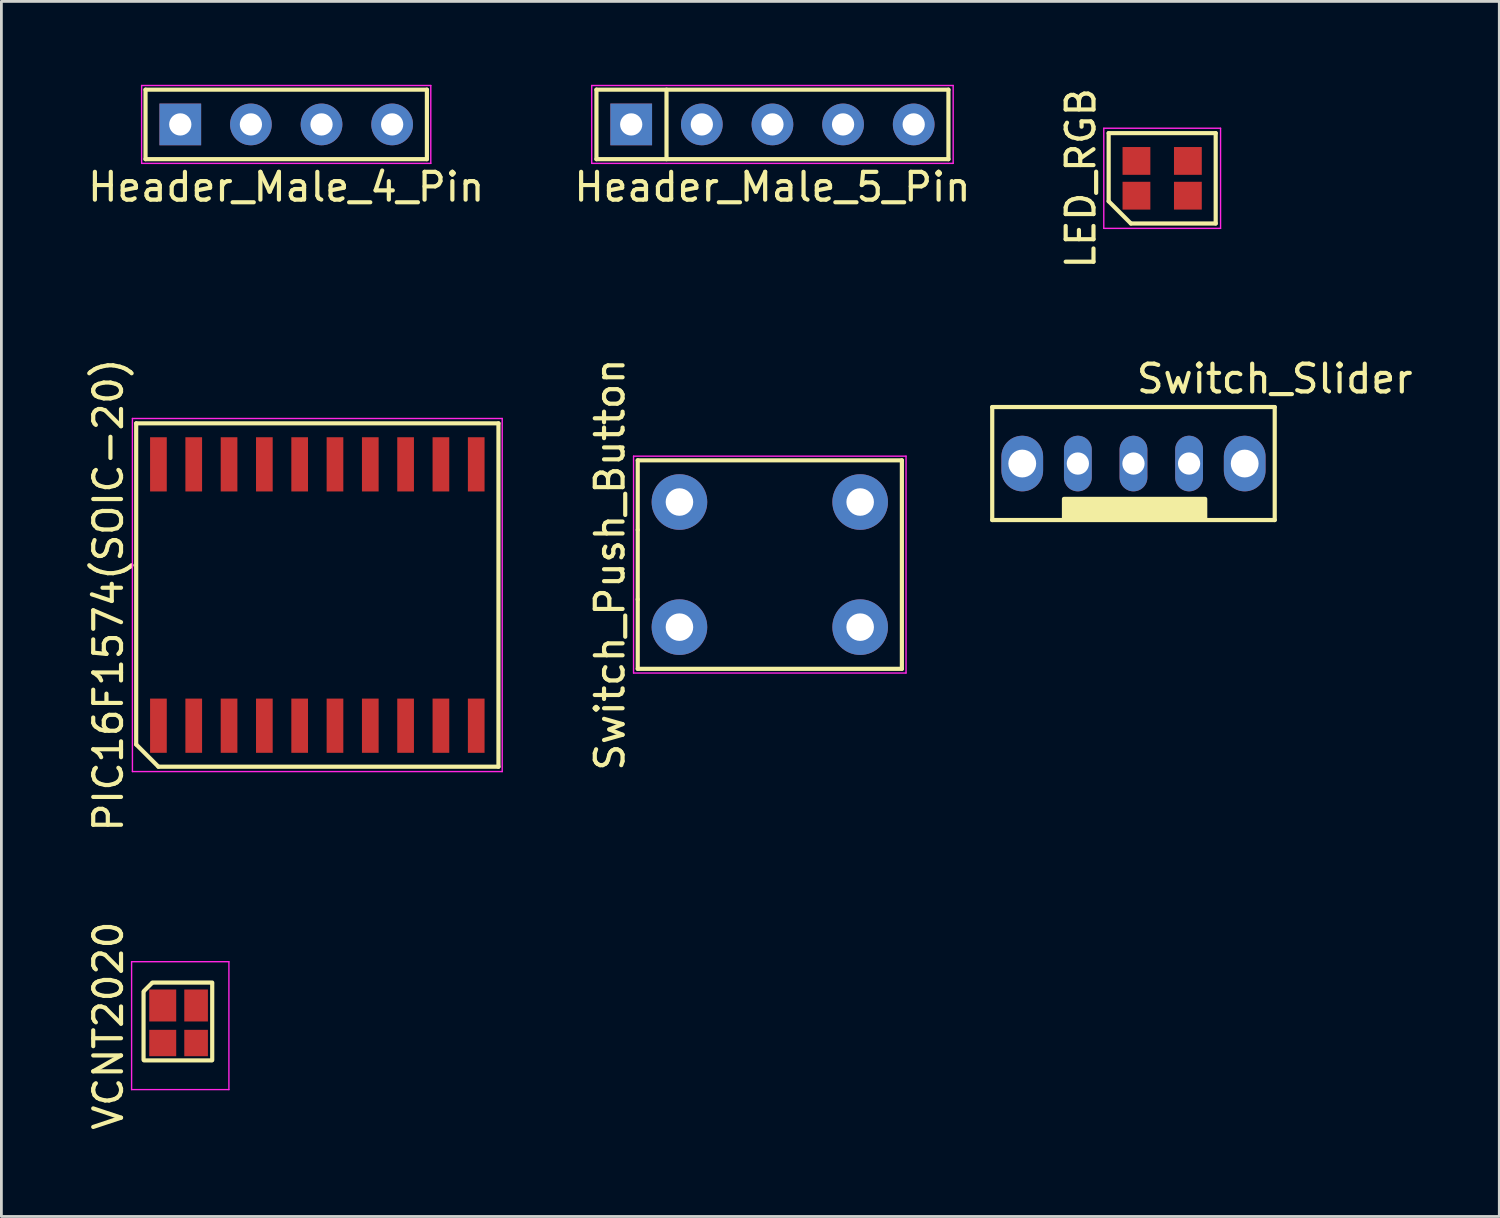
<source format=kicad_pcb>
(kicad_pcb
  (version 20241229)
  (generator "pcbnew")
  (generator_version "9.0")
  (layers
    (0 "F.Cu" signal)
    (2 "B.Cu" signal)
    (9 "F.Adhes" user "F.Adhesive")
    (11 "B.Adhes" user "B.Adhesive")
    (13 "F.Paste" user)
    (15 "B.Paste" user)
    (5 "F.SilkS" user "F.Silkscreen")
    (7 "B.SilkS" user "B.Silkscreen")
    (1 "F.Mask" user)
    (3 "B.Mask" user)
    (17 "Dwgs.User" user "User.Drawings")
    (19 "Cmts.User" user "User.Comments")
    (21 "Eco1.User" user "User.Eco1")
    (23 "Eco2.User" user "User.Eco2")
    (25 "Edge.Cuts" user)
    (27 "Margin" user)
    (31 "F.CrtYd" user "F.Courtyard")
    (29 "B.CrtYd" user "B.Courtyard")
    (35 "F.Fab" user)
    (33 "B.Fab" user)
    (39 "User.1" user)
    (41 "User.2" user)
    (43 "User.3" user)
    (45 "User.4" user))
  (footprint "Header_Male_4_Pin"
    (layer "F.Cu")
    (at 7.244 1.425)
    (property "Reference" "Header_Male_4_Pin" (at 0 2.25 0) (layer "F.SilkS") (effects (font (size 1 1) (thickness 0.15))))
    (attr through_hole)
    (fp_line (start -5.06 -1.25) (end 5.06 -1.25) (stroke (width 0.15) (type solid)) (layer "F.SilkS"))
    (fp_line (start -5.06 1.25) (end -5.06 -1.25) (stroke (width 0.15) (type solid)) (layer "F.SilkS"))
    (fp_line (start 5.06 -1.25) (end 5.06 1.25) (stroke (width 0.15) (type solid)) (layer "F.SilkS"))
    (fp_line (start 5.06 1.25) (end -5.06 1.25) (stroke (width 0.15) (type solid)) (layer "F.SilkS"))
    (fp_line (start -5.2 -1.4) (end 5.2 -1.4) (stroke (width 0.05) (type solid)) (layer "F.CrtYd"))
    (fp_line (start -5.2 1.4) (end -5.2 -1.4) (stroke (width 0.05) (type solid)) (layer "F.CrtYd"))
    (fp_line (start 5.2 -1.4) (end 5.2 1.4) (stroke (width 0.05) (type solid)) (layer "F.CrtYd"))
    (fp_line (start 5.2 1.4) (end -5.2 1.4) (stroke (width 0.05) (type solid)) (layer "F.CrtYd"))
    (pad "1" thru_hole rect (at -3.81 0) (size 1.5 1.5) (drill 0.8) (layers "*.Cu" "*.Mask"))
    (pad "2" thru_hole circle (at -1.27 0) (size 1.5 1.5) (drill 0.8) (layers "*.Cu" "*.Mask"))
    (pad "3" thru_hole circle (at 1.27 0) (size 1.5 1.5) (drill 0.8) (layers "*.Cu" "*.Mask"))
    (pad "4" thru_hole circle (at 3.81 0) (size 1.5 1.5) (drill 0.8) (layers "*.Cu" "*.Mask")))
  (footprint "LED_RGB"
    (layer "F.Cu")
    (at 38.749 3.363)
    (property "Reference" "LED_RGB" (at -2.925 0 90) (layer "F.SilkS") (effects (font (size 1 1) (thickness 0.15))))
    (attr smd)
    (fp_line (start -1.925 -1.625) (end 1.925 -1.625) (stroke (width 0.15) (type solid)) (layer "F.SilkS"))
    (fp_line (start -1.925 0.825) (end -1.925 -1.625) (stroke (width 0.15) (type solid)) (layer "F.SilkS"))
    (fp_line (start -1.125 1.625) (end -1.925 0.825) (stroke (width 0.15) (type solid)) (layer "F.SilkS"))
    (fp_line (start 1.925 -1.625) (end 1.925 1.625) (stroke (width 0.15) (type solid)) (layer "F.SilkS"))
    (fp_line (start 1.925 1.625) (end -1.125 1.625) (stroke (width 0.15) (type solid)) (layer "F.SilkS"))
    (fp_line (start -2.1 -1.8) (end 2.1 -1.8) (stroke (width 0.05) (type solid)) (layer "F.CrtYd"))
    (fp_line (start -2.1 1.8) (end -2.1 -1.8) (stroke (width 0.05) (type solid)) (layer "F.CrtYd"))
    (fp_line (start 2.1 -1.8) (end 2.1 1.8) (stroke (width 0.05) (type solid)) (layer "F.CrtYd"))
    (fp_line (start 2.1 1.8) (end -2.1 1.8) (stroke (width 0.05) (type solid)) (layer "F.CrtYd"))
    (pad "1" smd rect (at 0.925 -0.625) (size 1 1) (layers "F.Cu" "F.Mask" "F.Paste"))
    (pad "2" smd rect (at 0.925 0.625) (size 1 1) (layers "F.Cu" "F.Mask" "F.Paste"))
    (pad "3" smd rect (at -0.925 0.625) (size 1 1) (layers "F.Cu" "F.Mask" "F.Paste"))
    (pad "4" smd rect (at -0.925 -0.625) (size 1 1) (layers "F.Cu" "F.Mask" "F.Paste")))
  (footprint "Header_Male_5_Pin"
    (layer "F.Cu")
    (at 24.732 1.425)
    (property "Reference" "Header_Male_5_Pin" (at 0 2.25 0) (layer "F.SilkS") (effects (font (size 1 1) (thickness 0.15))))
    (attr through_hole)
    (fp_line (start -6.33 -1.25) (end 6.33 -1.25) (stroke (width 0.15) (type solid)) (layer "F.SilkS"))
    (fp_line (start -6.33 1.25) (end -6.33 -1.25) (stroke (width 0.15) (type solid)) (layer "F.SilkS"))
    (fp_line (start -3.81 -1.25) (end -3.81 1.25) (stroke (width 0.15) (type solid)) (layer "F.SilkS"))
    (fp_line (start 6.33 -1.25) (end 6.33 1.25) (stroke (width 0.15) (type solid)) (layer "F.SilkS"))
    (fp_line (start 6.33 1.25) (end -6.33 1.25) (stroke (width 0.15) (type solid)) (layer "F.SilkS"))
    (fp_line (start -6.5 -1.4) (end 6.5 -1.4) (stroke (width 0.05) (type solid)) (layer "F.CrtYd"))
    (fp_line (start -6.5 1.4) (end -6.5 -1.4) (stroke (width 0.05) (type solid)) (layer "F.CrtYd"))
    (fp_line (start 6.5 -1.4) (end 6.5 1.4) (stroke (width 0.05) (type solid)) (layer "F.CrtYd"))
    (fp_line (start 6.5 1.4) (end -6.5 1.4) (stroke (width 0.05) (type solid)) (layer "F.CrtYd"))
    (pad "1" thru_hole rect (at -5.08 0) (size 1.5 1.5) (drill 0.8) (layers "*.Cu" "*.Mask"))
    (pad "2" thru_hole circle (at -2.54 0) (size 1.5 1.5) (drill 0.8) (layers "*.Cu" "*.Mask"))
    (pad "3" thru_hole circle (at 0 0) (size 1.5 1.5) (drill 0.8) (layers "*.Cu" "*.Mask"))
    (pad "4" thru_hole circle (at 2.54 0) (size 1.5 1.5) (drill 0.8) (layers "*.Cu" "*.Mask"))
    (pad "5" thru_hole circle (at 5.08 0) (size 1.5 1.5) (drill 0.8) (layers "*.Cu" "*.Mask")))
  (footprint "PIC16F1574(SOIC-20)"
    (layer "F.Cu")
    (at 8.363 18.351)
    (property "Reference" "PIC16F1574(SOIC-20)" (at -7.515 0 90) (layer "F.SilkS") (effects (font (size 1 1) (thickness 0.15))))
    (attr smd)
    (fp_line (start -6.515 -6.175) (end 6.515 -6.175) (stroke (width 0.15) (type solid)) (layer "F.SilkS"))
    (fp_line (start -6.515 5.375) (end -6.515 -6.175) (stroke (width 0.15) (type solid)) (layer "F.SilkS"))
    (fp_line (start -5.715 6.175) (end -6.515 5.375) (stroke (width 0.15) (type solid)) (layer "F.SilkS"))
    (fp_line (start 6.515 -6.175) (end 6.515 6.175) (stroke (width 0.15) (type solid)) (layer "F.SilkS"))
    (fp_line (start 6.515 6.175) (end -5.715 6.175) (stroke (width 0.15) (type solid)) (layer "F.SilkS"))
    (fp_line (start -6.65 -6.35) (end 6.65 -6.35) (stroke (width 0.05) (type solid)) (layer "F.CrtYd"))
    (fp_line (start -6.65 6.35) (end -6.65 -6.35) (stroke (width 0.05) (type solid)) (layer "F.CrtYd"))
    (fp_line (start 6.65 -6.35) (end 6.65 6.35) (stroke (width 0.05) (type solid)) (layer "F.CrtYd"))
    (fp_line (start 6.65 6.35) (end -6.65 6.35) (stroke (width 0.05) (type solid)) (layer "F.CrtYd"))
    (pad "1" smd rect (at -5.715 4.7) (size 0.6 1.95) (layers "F.Cu" "F.Mask" "F.Paste"))
    (pad "2" smd rect (at -4.445 4.7) (size 0.6 1.95) (layers "F.Cu" "F.Mask" "F.Paste"))
    (pad "3" smd rect (at -3.175 4.7) (size 0.6 1.95) (layers "F.Cu" "F.Mask" "F.Paste"))
    (pad "4" smd rect (at -1.905 4.7) (size 0.6 1.95) (layers "F.Cu" "F.Mask" "F.Paste"))
    (pad "5" smd rect (at -0.635 4.7) (size 0.6 1.95) (layers "F.Cu" "F.Mask" "F.Paste"))
    (pad "6" smd rect (at 0.635 4.7) (size 0.6 1.95) (layers "F.Cu" "F.Mask" "F.Paste"))
    (pad "7" smd rect (at 1.905 4.7) (size 0.6 1.95) (layers "F.Cu" "F.Mask" "F.Paste"))
    (pad "8" smd rect (at 3.175 4.7) (size 0.6 1.95) (layers "F.Cu" "F.Mask" "F.Paste"))
    (pad "9" smd rect (at 4.445 4.7) (size 0.6 1.95) (layers "F.Cu" "F.Mask" "F.Paste"))
    (pad "10" smd rect (at 5.715 4.7) (size 0.6 1.95) (layers "F.Cu" "F.Mask" "F.Paste"))
    (pad "11" smd rect (at 5.715 -4.7) (size 0.6 1.95) (layers "F.Cu" "F.Mask" "F.Paste"))
    (pad "12" smd rect (at 4.445 -4.7) (size 0.6 1.95) (layers "F.Cu" "F.Mask" "F.Paste"))
    (pad "13" smd rect (at 3.175 -4.7) (size 0.6 1.95) (layers "F.Cu" "F.Mask" "F.Paste"))
    (pad "14" smd rect (at 1.905 -4.7) (size 0.6 1.95) (layers "F.Cu" "F.Mask" "F.Paste"))
    (pad "15" smd rect (at 0.635 -4.7) (size 0.6 1.95) (layers "F.Cu" "F.Mask" "F.Paste"))
    (pad "16" smd rect (at -0.635 -4.7) (size 0.6 1.95) (layers "F.Cu" "F.Mask" "F.Paste"))
    (pad "17" smd rect (at -1.905 -4.7) (size 0.6 1.95) (layers "F.Cu" "F.Mask" "F.Paste"))
    (pad "18" smd rect (at -3.175 -4.7) (size 0.6 1.95) (layers "F.Cu" "F.Mask" "F.Paste"))
    (pad "19" smd rect (at -4.445 -4.7) (size 0.6 1.95) (layers "F.Cu" "F.Mask" "F.Paste"))
    (pad "20" smd rect (at -5.715 -4.7) (size 0.6 1.95) (layers "F.Cu" "F.Mask" "F.Paste")))
  (footprint "Switch_Push_Button"
    (layer "F.Cu")
    (at 24.637 17.256)
    (property "Reference" "Switch_Push_Button" (at -5.75 0 90) (layer "F.SilkS") (effects (font (size 1 1) (thickness 0.15))))
    (attr through_hole)
    (fp_line (start -4.75 -3.75) (end -4.75 -1.25) (stroke (width 0.15) (type solid)) (layer "F.SilkS"))
    (fp_line (start -4.75 1.25) (end -4.75 3.75) (stroke (width 0.15) (type solid)) (layer "F.SilkS"))
    (fp_line (start -4.75 3.75) (end 4.75 3.75) (stroke (width 0.15) (type solid)) (layer "F.SilkS"))
    (fp_line (start -4.75 -1.245) (end -4.75 1.255) (stroke (width 0.15) (type solid)) (layer "F.SilkS"))
    (fp_line (start 4.75 -3.75) (end -4.75 -3.75) (stroke (width 0.15) (type solid)) (layer "F.SilkS"))
    (fp_line (start 4.75 3.75) (end 4.75 -3.75) (stroke (width 0.15) (type solid)) (layer "F.SilkS"))
    (fp_line (start -4.9 -3.9) (end 4.9 -3.9) (stroke (width 0.05) (type solid)) (layer "F.CrtYd"))
    (fp_line (start -4.9 3.9) (end -4.9 -3.9) (stroke (width 0.05) (type solid)) (layer "F.CrtYd"))
    (fp_line (start 4.9 -3.9) (end 4.9 3.9) (stroke (width 0.05) (type solid)) (layer "F.CrtYd"))
    (fp_line (start 4.9 3.9) (end -4.9 3.9) (stroke (width 0.05) (type solid)) (layer "F.CrtYd"))
    (pad "1" thru_hole circle (at 3.25 -2.25) (size 2 2) (drill 0.99) (layers "*.Cu" "*.Mask"))
    (pad "2" thru_hole circle (at 3.25 2.25) (size 2 2) (drill 0.99) (layers "*.Cu" "*.Mask"))
    (pad "3" thru_hole circle (at -3.25 -2.25) (size 2 2) (drill 0.99) (layers "*.Cu" "*.Mask"))
    (pad "4" thru_hole circle (at -3.25 2.25) (size 2 2) (drill 0.99) (layers "*.Cu" "*.Mask")))
  (footprint "Switch_Slider"
    (layer "F.Cu")
    (at 37.717 13.622)
    (property "Reference" "Switch_Slider" (at 5.08 -3.048 0) (layer "F.SilkS") (effects (font (size 1 1) (thickness 0.15))))
    (attr through_hole)
    (fp_line (start -5.08 -2.032) (end -5.08 2.032) (stroke (width 0.15) (type solid)) (layer "F.SilkS"))
    (fp_line (start -5.08 -2.032) (end 5.08 -2.032) (stroke (width 0.15) (type solid)) (layer "F.SilkS"))
    (fp_line (start 5.08 -2.032) (end 5.08 2.032) (stroke (width 0.15) (type solid)) (layer "F.SilkS"))
    (fp_line (start 5.08 2.032) (end -5.08 2.032) (stroke (width 0.15) (type solid)) (layer "F.SilkS"))
    (fp_poly (pts (xy -2.5 1.272) (xy 2.58 1.272) (xy 2.58 1.99) (xy -2.5 1.99)) (stroke (width 0.15) (type solid)) (fill yes) (layer "F.SilkS"))
    (pad "1" thru_hole oval (at -4 0) (size 1.5 2) (drill 1) (layers "*.Cu" "*.Mask"))
    (pad "2" thru_hole oval (at -2 0) (size 1 2) (drill 0.8) (layers "*.Cu" "*.Mask"))
    (pad "3" thru_hole oval (at 0 0) (size 1 2) (drill 0.8) (layers "*.Cu" "*.Mask"))
    (pad "4" thru_hole oval (at 2 0) (size 1 2) (drill 0.8) (layers "*.Cu" "*.Mask"))
    (pad "5" thru_hole oval (at 4 0) (size 1.5 2) (drill 1) (layers "*.Cu" "*.Mask")))
  (footprint "VCNT2020"
    (layer "F.Cu")
    (at 3.433 33.839)
    (property "Reference" "VCNT2020" (at -2.585 0 90) (layer "F.SilkS") (effects (font (size 1 1) (thickness 0.15))))
    (attr smd)
    (fp_line (start -1.32 -1.21) (end -1.32 1.23) (stroke (width 0.15) (type solid)) (layer "F.SilkS"))
    (fp_line (start -1.31 -1.24) (end -1.02 -1.53) (stroke (width 0.15) (type solid)) (layer "F.SilkS"))
    (fp_line (start -1 -1.55) (end 1.15 -1.55) (stroke (width 0.15) (type solid)) (layer "F.SilkS"))
    (fp_line (start 1.13 1.25) (end -1.3 1.25) (stroke (width 0.15) (type solid)) (layer "F.SilkS"))
    (fp_line (start 1.15 -1.51) (end 1.15 1.24) (stroke (width 0.15) (type solid)) (layer "F.SilkS"))
    (fp_line (start -1.75 -2.3) (end 1.75 -2.3) (stroke (width 0.05) (type solid)) (layer "F.CrtYd"))
    (fp_line (start -1.75 2.3) (end -1.75 -2.3) (stroke (width 0.05) (type solid)) (layer "F.CrtYd"))
    (fp_line (start 1.75 -2.3) (end 1.75 2.3) (stroke (width 0.05) (type solid)) (layer "F.CrtYd"))
    (fp_line (start 1.75 2.3) (end -1.75 2.3) (stroke (width 0.05) (type solid)) (layer "F.CrtYd"))
    (pad "1" smd rect (at -0.63 -0.725) (size 0.97 1.15) (layers "F.Cu" "F.Mask" "F.Paste"))
    (pad "2" smd rect (at -0.63 0.625) (size 0.97 0.95) (layers "F.Cu" "F.Mask" "F.Paste"))
    (pad "3" smd rect (at 0.57 -0.725) (size 0.85 1.15) (layers "F.Cu" "F.Mask" "F.Paste"))
    (pad "4" smd rect (at 0.57 0.625) (size 0.85 0.95) (layers "F.Cu" "F.Mask" "F.Paste")))
  (gr_rect
    (start -3 -3)
    (end 50.874 40.702)
    (stroke (width 0.1) (type default))
    (fill no)
    (layer "Edge.Cuts")))
</source>
